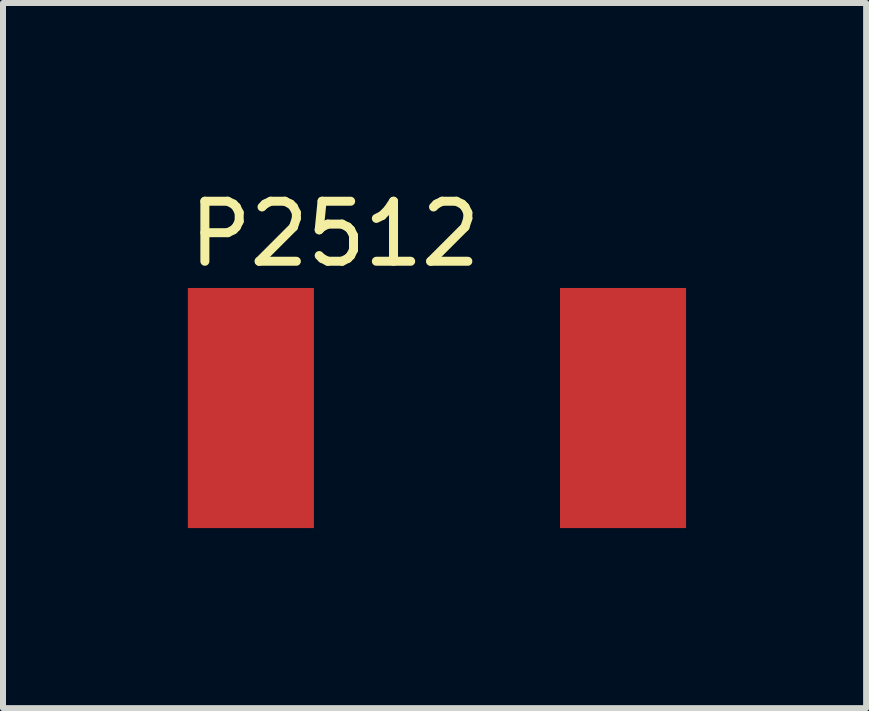
<source format=kicad_pcb>
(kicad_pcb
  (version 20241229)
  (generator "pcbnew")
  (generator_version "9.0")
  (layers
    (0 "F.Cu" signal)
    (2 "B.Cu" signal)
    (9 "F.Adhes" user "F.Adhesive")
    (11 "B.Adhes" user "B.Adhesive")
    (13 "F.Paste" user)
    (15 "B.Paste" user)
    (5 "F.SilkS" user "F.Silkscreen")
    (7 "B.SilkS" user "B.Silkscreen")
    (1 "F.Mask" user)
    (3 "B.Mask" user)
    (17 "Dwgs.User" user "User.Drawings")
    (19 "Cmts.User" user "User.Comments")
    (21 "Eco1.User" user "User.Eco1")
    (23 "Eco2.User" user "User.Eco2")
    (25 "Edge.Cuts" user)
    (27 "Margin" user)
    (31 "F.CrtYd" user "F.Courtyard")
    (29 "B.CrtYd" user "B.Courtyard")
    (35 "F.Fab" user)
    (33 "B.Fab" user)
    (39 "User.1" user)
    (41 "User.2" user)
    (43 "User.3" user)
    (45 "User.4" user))
  (footprint "P2512"
    (layer "F.Cu")
    (at 4.23 3.748)
    (property "Reference" "P2512" (at -1.7 -2.9 0) (layer "F.SilkS") (effects (font (size 1 1) (thickness 0.15))))
    (attr through_hole)
    (pad "1" smd rect (at -3.1 0) (size 2.1 4) (layers "F.Cu" "F.Mask" "F.Paste"))
    (pad "2" smd rect (at 3.1 0) (size 2.1 4) (layers "F.Cu" "F.Mask" "F.Paste")))
  (gr_rect
    (start -3 -3)
    (end 11.38 8.748)
    (stroke (width 0.1) (type default))
    (fill no)
    (layer "Edge.Cuts")))
</source>
